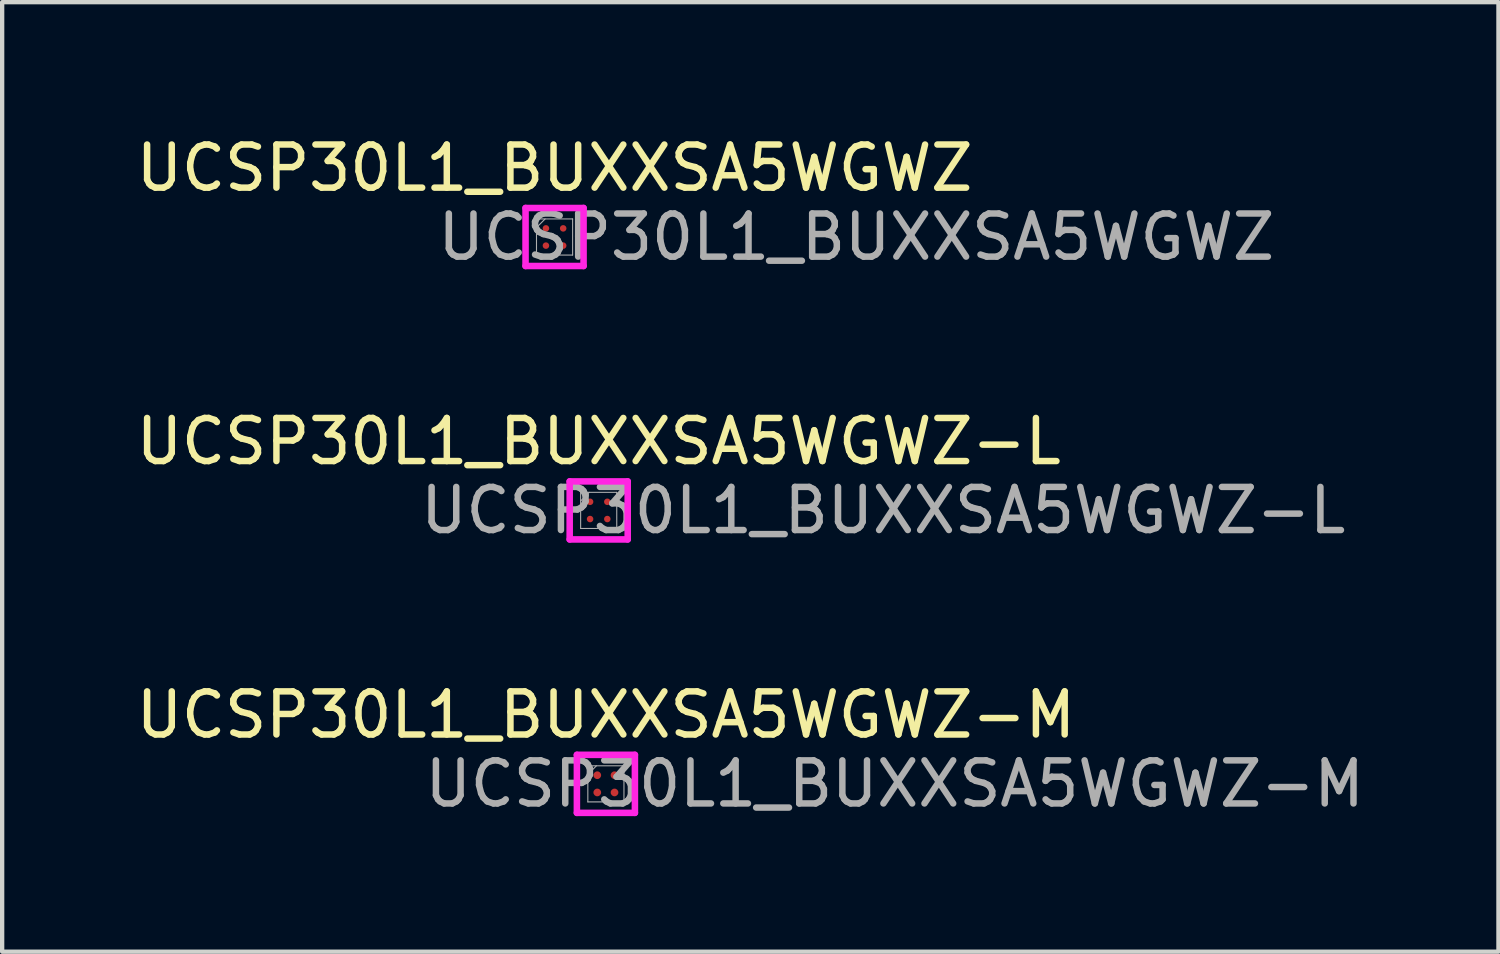
<source format=kicad_pcb>
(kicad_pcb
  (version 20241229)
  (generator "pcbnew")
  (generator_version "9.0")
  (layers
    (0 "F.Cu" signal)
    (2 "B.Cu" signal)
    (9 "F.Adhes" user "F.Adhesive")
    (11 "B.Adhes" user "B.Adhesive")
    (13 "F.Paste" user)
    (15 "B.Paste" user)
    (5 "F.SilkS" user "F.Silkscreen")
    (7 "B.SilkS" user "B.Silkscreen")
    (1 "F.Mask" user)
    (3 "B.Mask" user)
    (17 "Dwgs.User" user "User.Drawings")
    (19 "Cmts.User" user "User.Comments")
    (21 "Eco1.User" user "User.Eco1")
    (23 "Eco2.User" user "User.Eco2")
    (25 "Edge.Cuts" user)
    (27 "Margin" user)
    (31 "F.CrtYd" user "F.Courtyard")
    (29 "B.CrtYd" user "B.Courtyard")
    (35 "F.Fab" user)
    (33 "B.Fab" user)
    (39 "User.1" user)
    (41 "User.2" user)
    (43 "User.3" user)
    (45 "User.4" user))
  (footprint "UCSP30L1_BUXXSA5WGWZ-M"
    (layer "F.Cu")
    (at 11.006 15.134)
    (property "Reference" "UCSP30L1_BUXXSA5WGWZ-M" (at 0 -1.6 0) (unlocked yes) (layer "F.SilkS") (effects (font (size 1 1) (thickness 0.15))))
    (attr smd)
    (fp_poly (pts (xy -0.845 -0.845) (xy 0.845 -0.845) (xy 0.845 0.845) (xy -0.845 0.845)) (stroke (width 0.1) (type solid)) (fill no) (layer "Eco2.User"))
    (fp_line (start -0.673 -0.673) (end 0.673 -0.673) (stroke (width 0.152) (type solid)) (layer "F.CrtYd"))
    (fp_line (start -0.673 0.673) (end -0.673 -0.673) (stroke (width 0.152) (type solid)) (layer "F.CrtYd"))
    (fp_line (start 0.673 -0.673) (end 0.673 0.673) (stroke (width 0.152) (type solid)) (layer "F.CrtYd"))
    (fp_line (start 0.673 0.673) (end -0.673 0.673) (stroke (width 0.152) (type solid)) (layer "F.CrtYd"))
    (fp_line (start -0.419 -0.419) (end -0.419 0.419) (stroke (width 0.025) (type solid)) (layer "F.Fab"))
    (fp_line (start -0.419 0.419) (end 0.419 0.419) (stroke (width 0.025) (type solid)) (layer "F.Fab"))
    (fp_line (start -0.219 -0.419) (end -0.419 -0.219) (stroke (width 0.025) (type solid)) (layer "F.Fab"))
    (fp_line (start 0.419 -0.419) (end -0.419 -0.419) (stroke (width 0.025) (type solid)) (layer "F.Fab"))
    (fp_line (start 0.419 0.419) (end 0.419 -0.419) (stroke (width 0.025) (type solid)) (layer "F.Fab"))
    (fp_text user "${REFERENCE}" (at 6.7 0 0) (unlocked yes) (layer "F.Fab") (effects (font (size 1 1) (thickness 0.15))))
    (pad "A1" smd circle (at -0.2 -0.2) (size 0.178 0.178) (layers "F.Cu" "F.Mask" "F.Paste"))
    (pad "A2" smd circle (at 0.2 -0.2) (size 0.178 0.178) (layers "F.Cu" "F.Mask" "F.Paste"))
    (pad "B1" smd circle (at -0.2 0.2) (size 0.178 0.178) (layers "F.Cu" "F.Mask" "F.Paste"))
    (pad "B2" smd circle (at 0.2 0.2) (size 0.178 0.178) (layers "F.Cu" "F.Mask" "F.Paste")))
  (footprint "UCSP30L1_BUXXSA5WGWZ-L"
    (layer "F.Cu")
    (at 10.839 8.791)
    (property "Reference" "UCSP30L1_BUXXSA5WGWZ-L" (at 0 -1.6 0) (unlocked yes) (layer "F.SilkS") (effects (font (size 1 1) (thickness 0.15))))
    (attr smd)
    (fp_poly (pts (xy -0.845 -0.845) (xy 0.845 -0.845) (xy 0.845 0.845) (xy -0.845 0.845)) (stroke (width 0.1) (type solid)) (fill no) (layer "Eco2.User"))
    (fp_line (start -0.673 -0.673) (end 0.673 -0.673) (stroke (width 0.152) (type solid)) (layer "F.CrtYd"))
    (fp_line (start -0.673 0.673) (end -0.673 -0.673) (stroke (width 0.152) (type solid)) (layer "F.CrtYd"))
    (fp_line (start 0.673 -0.673) (end 0.673 0.673) (stroke (width 0.152) (type solid)) (layer "F.CrtYd"))
    (fp_line (start 0.673 0.673) (end -0.673 0.673) (stroke (width 0.152) (type solid)) (layer "F.CrtYd"))
    (fp_line (start -0.419 -0.419) (end -0.419 0.419) (stroke (width 0.025) (type solid)) (layer "F.Fab"))
    (fp_line (start -0.419 0.419) (end 0.419 0.419) (stroke (width 0.025) (type solid)) (layer "F.Fab"))
    (fp_line (start -0.219 -0.419) (end -0.419 -0.219) (stroke (width 0.025) (type solid)) (layer "F.Fab"))
    (fp_line (start 0.419 -0.419) (end -0.419 -0.419) (stroke (width 0.025) (type solid)) (layer "F.Fab"))
    (fp_line (start 0.419 0.419) (end 0.419 -0.419) (stroke (width 0.025) (type solid)) (layer "F.Fab"))
    (fp_text user "${REFERENCE}" (at 6.6 0 0) (unlocked yes) (layer "F.Fab") (effects (font (size 1 1) (thickness 0.15))))
    (pad "A1" smd circle (at -0.2 -0.2) (size 0.152 0.152) (layers "F.Cu" "F.Mask" "F.Paste"))
    (pad "A2" smd circle (at 0.2 -0.2) (size 0.152 0.152) (layers "F.Cu" "F.Mask" "F.Paste"))
    (pad "B1" smd circle (at -0.2 0.2) (size 0.152 0.152) (layers "F.Cu" "F.Mask" "F.Paste"))
    (pad "B2" smd circle (at 0.2 0.2) (size 0.152 0.152) (layers "F.Cu" "F.Mask" "F.Paste")))
  (footprint "UCSP30L1_BUXXSA5WGWZ"
    (layer "F.Cu")
    (at 9.815 2.448)
    (property "Reference" "UCSP30L1_BUXXSA5WGWZ" (at 0 -1.6 0) (unlocked yes) (layer "F.SilkS") (effects (font (size 1 1) (thickness 0.15))))
    (attr smd)
    (fp_poly (pts (xy -0.845 -0.845) (xy 0.845 -0.845) (xy 0.845 0.845) (xy -0.845 0.845)) (stroke (width 0.1) (type solid)) (fill no) (layer "Eco2.User"))
    (fp_line (start -0.673 -0.673) (end 0.673 -0.673) (stroke (width 0.152) (type solid)) (layer "F.CrtYd"))
    (fp_line (start -0.673 0.673) (end -0.673 -0.673) (stroke (width 0.152) (type solid)) (layer "F.CrtYd"))
    (fp_line (start 0.673 -0.673) (end 0.673 0.673) (stroke (width 0.152) (type solid)) (layer "F.CrtYd"))
    (fp_line (start 0.673 0.673) (end -0.673 0.673) (stroke (width 0.152) (type solid)) (layer "F.CrtYd"))
    (fp_line (start -0.419 -0.419) (end -0.419 0.419) (stroke (width 0.025) (type solid)) (layer "F.Fab"))
    (fp_line (start -0.419 0.419) (end 0.419 0.419) (stroke (width 0.025) (type solid)) (layer "F.Fab"))
    (fp_line (start -0.219 -0.419) (end -0.419 -0.219) (stroke (width 0.025) (type solid)) (layer "F.Fab"))
    (fp_line (start 0.419 -0.419) (end -0.419 -0.419) (stroke (width 0.025) (type solid)) (layer "F.Fab"))
    (fp_line (start 0.419 0.419) (end 0.419 -0.419) (stroke (width 0.025) (type solid)) (layer "F.Fab"))
    (fp_text user "${REFERENCE}" (at 7 0 0) (unlocked yes) (layer "F.Fab") (effects (font (size 1 1) (thickness 0.15))))
    (pad "A1" smd circle (at -0.2 -0.2) (size 0.152 0.152) (layers "F.Cu" "F.Mask" "F.Paste"))
    (pad "A2" smd circle (at 0.2 -0.2) (size 0.152 0.152) (layers "F.Cu" "F.Mask" "F.Paste"))
    (pad "B1" smd circle (at -0.2 0.2) (size 0.152 0.152) (layers "F.Cu" "F.Mask" "F.Paste"))
    (pad "B2" smd circle (at 0.2 0.2) (size 0.152 0.152) (layers "F.Cu" "F.Mask" "F.Paste")))
  (gr_rect
    (start -3 -3)
    (end 31.712 19.028)
    (stroke (width 0.1) (type default))
    (fill no)
    (layer "Edge.Cuts")))
</source>
